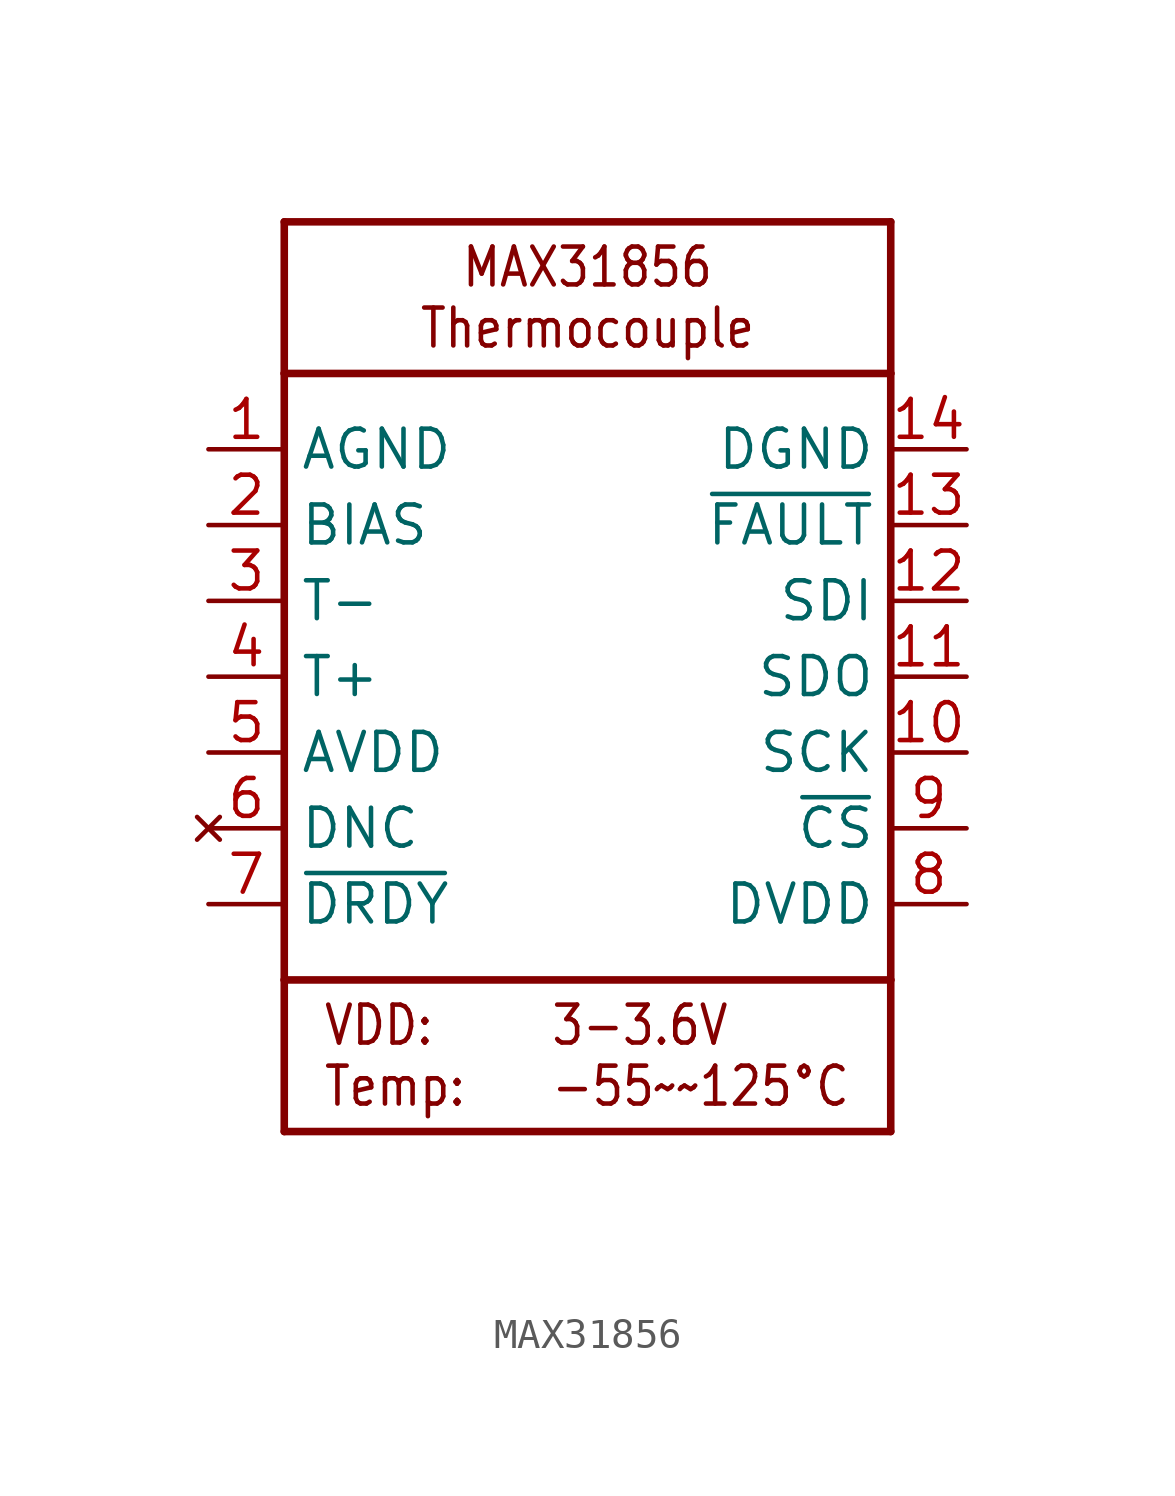
<source format=kicad_sym>
(kicad_symbol_lib
  (version 20220914)
  (generator kicad_symbol_editor)
  (symbol "MAX31856"
    (property "Reference" ""
      (at -10.16 17.78 0)
      (effects (font (size 1.27 1.079)) (justify left bottom) hide))
    (property "Value" ""
      (at -10.16 -17.78 0)
      (effects (font (size 1.27 1.079)) (justify left bottom)))
    (property "ki_locked" ""
      (at 0 0 0)
      (effects (font (size 1.27 1.27))))
    (symbol "MAX31856_1_0"
      (polyline (pts (xy -10.16 -15.24) (xy 10.16 -15.24)) (stroke (width 0.254) (type solid)) (fill (type none)))
      (polyline (pts (xy -10.16 -10.16) (xy -10.16 -15.24)) (stroke (width 0.254) (type solid)) (fill (type none)))
      (polyline (pts (xy -10.16 -10.16) (xy -10.16 10.16)) (stroke (width 0.254) (type solid)) (fill (type none)))
      (polyline (pts (xy -10.16 10.16) (xy -10.16 15.24)) (stroke (width 0.254) (type solid)) (fill (type none)))
      (polyline (pts (xy -10.16 10.16) (xy 10.16 10.16)) (stroke (width 0.254) (type solid)) (fill (type none)))
      (polyline (pts (xy -10.16 15.24) (xy 10.16 15.24)) (stroke (width 0.254) (type solid)) (fill (type none)))
      (polyline (pts (xy 10.16 -15.24) (xy 10.16 -10.16)) (stroke (width 0.254) (type solid)) (fill (type none)))
      (polyline (pts (xy 10.16 -10.16) (xy -10.16 -10.16)) (stroke (width 0.254) (type solid)) (fill (type none)))
      (polyline (pts (xy 10.16 10.16) (xy 10.16 -10.16)) (stroke (width 0.254) (type solid)) (fill (type none)))
      (polyline (pts (xy 10.16 15.24) (xy 10.16 10.16)) (stroke (width 0.254) (type solid)) (fill (type none)))
      (text "3-3.6V\n-55~~125°C" (at -1.27 -12.7 0) (effects (font (size 1.27 1.079)) (justify left)))
      (text "MAX31856\nThermocouple" (at 0 12.7 0) (effects (font (size 1.27 1.079))))
      (text "VDD:\nTemp:" (at -8.89 -12.7 0) (effects (font (size 1.27 1.079)) (justify left)))
      (pin power_in line (at -12.7 7.62 0) (length 2.54) (name "AGND" (effects (font (size 1.27 1.27)))) (number "1" (effects (font (size 1.27 1.27)))))
      (pin input line (at 12.7 -2.54 180) (length 2.54) (name "SCK" (effects (font (size 1.27 1.27)))) (number "10" (effects (font (size 1.27 1.27)))))
      (pin output line (at 12.7 0 180) (length 2.54) (name "SDO" (effects (font (size 1.27 1.27)))) (number "11" (effects (font (size 1.27 1.27)))))
      (pin input line (at 12.7 2.54 180) (length 2.54) (name "SDI" (effects (font (size 1.27 1.27)))) (number "12" (effects (font (size 1.27 1.27)))))
      (pin output line (at 12.7 5.08 180) (length 2.54) (name "~{FAULT}" (effects (font (size 1.27 1.27)))) (number "13" (effects (font (size 1.27 1.27)))))
      (pin power_in line (at 12.7 7.62 180) (length 2.54) (name "DGND" (effects (font (size 1.27 1.27)))) (number "14" (effects (font (size 1.27 1.27)))))
      (pin power_in line (at -12.7 5.08 0) (length 2.54) (name "BIAS" (effects (font (size 1.27 1.27)))) (number "2" (effects (font (size 1.27 1.27)))))
      (pin input line (at -12.7 2.54 0) (length 2.54) (name "T-" (effects (font (size 1.27 1.27)))) (number "3" (effects (font (size 1.27 1.27)))))
      (pin input line (at -12.7 0 0) (length 2.54) (name "T+" (effects (font (size 1.27 1.27)))) (number "4" (effects (font (size 1.27 1.27)))))
      (pin power_in line (at -12.7 -2.54 0) (length 2.54) (name "AVDD" (effects (font (size 1.27 1.27)))) (number "5" (effects (font (size 1.27 1.27)))))
      (pin no_connect line (at -12.7 -5.08 0) (length 2.54) (name "DNC" (effects (font (size 1.27 1.27)))) (number "6" (effects (font (size 1.27 1.27)))))
      (pin output line (at -12.7 -7.62 0) (length 2.54) (name "~{DRDY}" (effects (font (size 1.27 1.27)))) (number "7" (effects (font (size 1.27 1.27)))))
      (pin power_in line (at 12.7 -7.62 180) (length 2.54) (name "DVDD" (effects (font (size 1.27 1.27)))) (number "8" (effects (font (size 1.27 1.27)))))
      (pin input line (at 12.7 -5.08 180) (length 2.54) (name "~{CS}" (effects (font (size 1.27 1.27)))) (number "9" (effects (font (size 1.27 1.27))))))))
</source>
